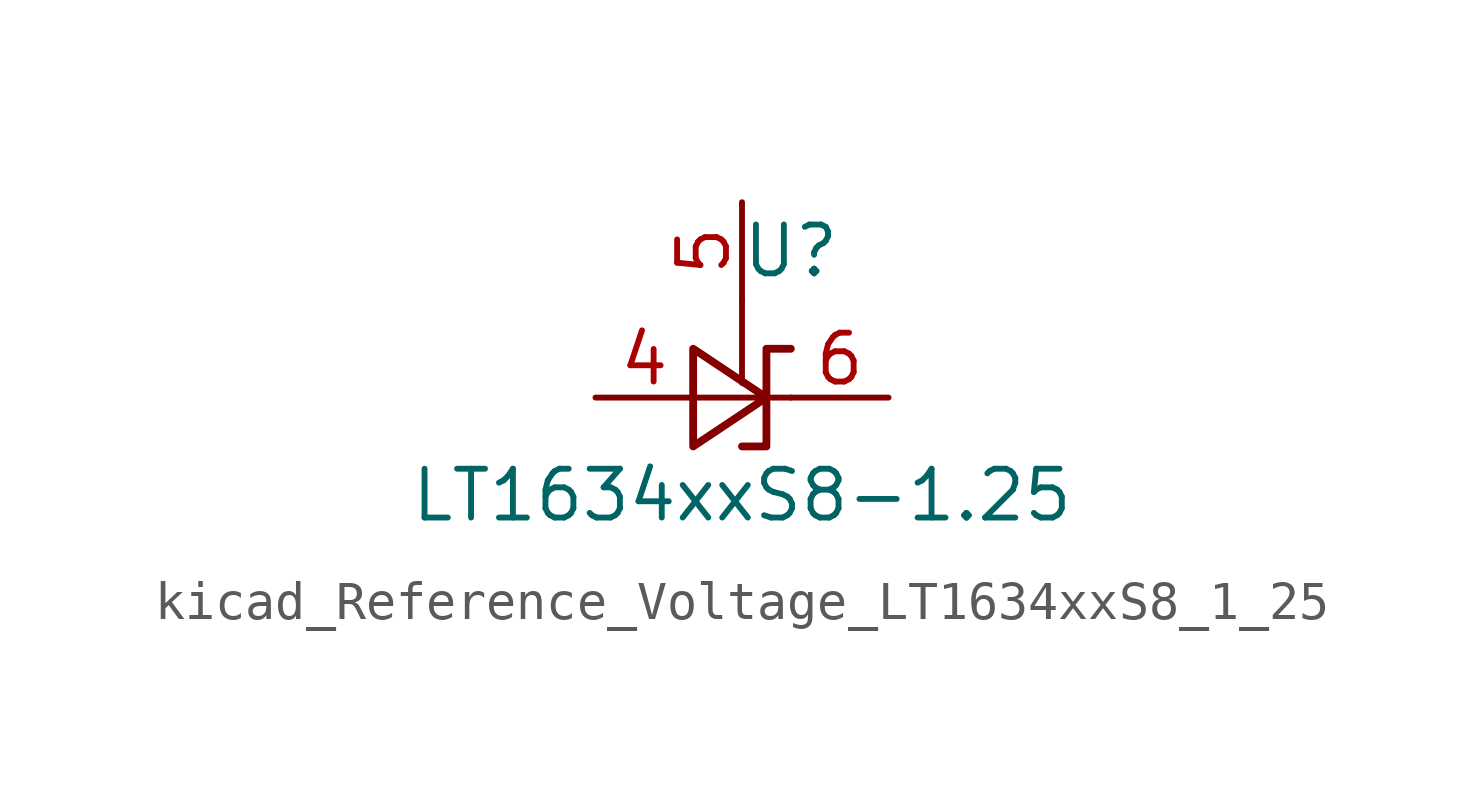
<source format=kicad_sym>
(kicad_symbol_lib
  (version 20220914)
  (generator kicad_symbol_editor)
  (symbol "kicad_Reference_Voltage_LT1634xxS8_1_25"
    (pin_names hide)
    (property "Reference" "U"
      (at 1.27 3.81 0)
      (effects (font (size 1.27 1.27))))
    (property "Value" "LT1634xxS8-1.25"
      (at 0 -2.54 0)
      (effects (font (size 1.27 1.27))))
    (symbol "kicad_Reference_Voltage_LT1634xxS8_1_25_1_1"
      (polyline (pts (xy 0 2.54) (xy 0 0.381)) (stroke (width 0) (type default)) (fill (type none)))
      (polyline (pts (xy -1.27 0) (xy 0 0) (xy 1.27 0)) (stroke (width 0) (type default)) (fill (type none)))
      (polyline (pts (xy -1.27 -1.27) (xy 0.635 0) (xy -1.27 1.27) (xy -1.27 -1.27)) (stroke (width 0.203) (type default)) (fill (type none)))
      (polyline (pts (xy 0 -1.27) (xy 0.635 -1.27) (xy 0.635 1.27) (xy 1.27 1.27)) (stroke (width 0.203) (type default)) (fill (type none)))
      (pin passive line (at -3.81 0 0) (length 2.54) (name "A" (effects (font (size 1.27 1.27)))) (number "4" (effects (font (size 1.27 1.27)))))
      (pin input line (at 0 5.08 270) (length 2.54) (name "Test" (effects (font (size 1.27 1.27)))) (number "5" (effects (font (size 1.27 1.27)))))
      (pin passive line (at 3.81 0 180) (length 2.54) (name "K" (effects (font (size 1.27 1.27)))) (number "6" (effects (font (size 1.27 1.27))))))))
</source>
